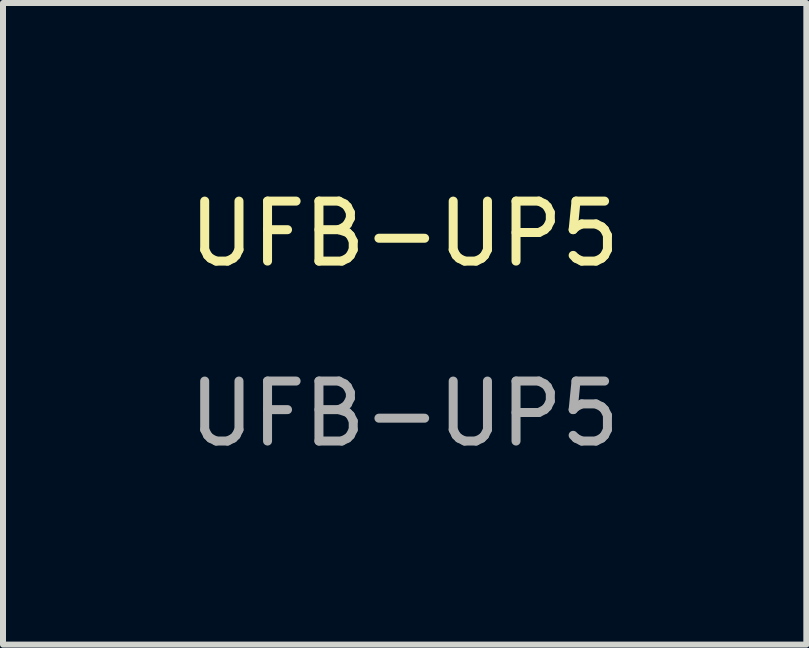
<source format=kicad_pcb>
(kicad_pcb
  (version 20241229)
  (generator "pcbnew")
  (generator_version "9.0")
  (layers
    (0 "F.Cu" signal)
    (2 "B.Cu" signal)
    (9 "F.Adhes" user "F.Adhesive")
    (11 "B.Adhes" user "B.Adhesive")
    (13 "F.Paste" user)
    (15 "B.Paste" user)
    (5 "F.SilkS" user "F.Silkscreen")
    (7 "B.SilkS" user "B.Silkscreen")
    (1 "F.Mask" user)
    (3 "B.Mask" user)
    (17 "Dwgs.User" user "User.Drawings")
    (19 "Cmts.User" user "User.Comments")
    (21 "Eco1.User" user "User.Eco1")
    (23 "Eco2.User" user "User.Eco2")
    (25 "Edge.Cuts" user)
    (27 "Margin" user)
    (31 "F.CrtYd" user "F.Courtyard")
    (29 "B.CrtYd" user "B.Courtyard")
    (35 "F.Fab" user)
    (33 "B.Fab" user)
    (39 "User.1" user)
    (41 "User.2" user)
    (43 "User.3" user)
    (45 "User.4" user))
  (footprint "UFB-UP5"
    (layer "F.Cu")
    (at 3.696 1.348)
    (property "Reference" "UFB-UP5" (at 0 -0.5 0) (unlocked yes) (layer "F.SilkS") (effects (font (size 1 1) (thickness 0.15))))
    (attr through_hole)
    (fp_text user "${REFERENCE}" (at 0 2.5 0) (unlocked yes) (layer "F.Fab") (effects (font (size 1 1) (thickness 0.15)))))
  (gr_rect
    (start -3 -3)
    (end 10.393 7.697)
    (stroke (width 0.1) (type default))
    (fill no)
    (layer "Edge.Cuts")))
</source>
